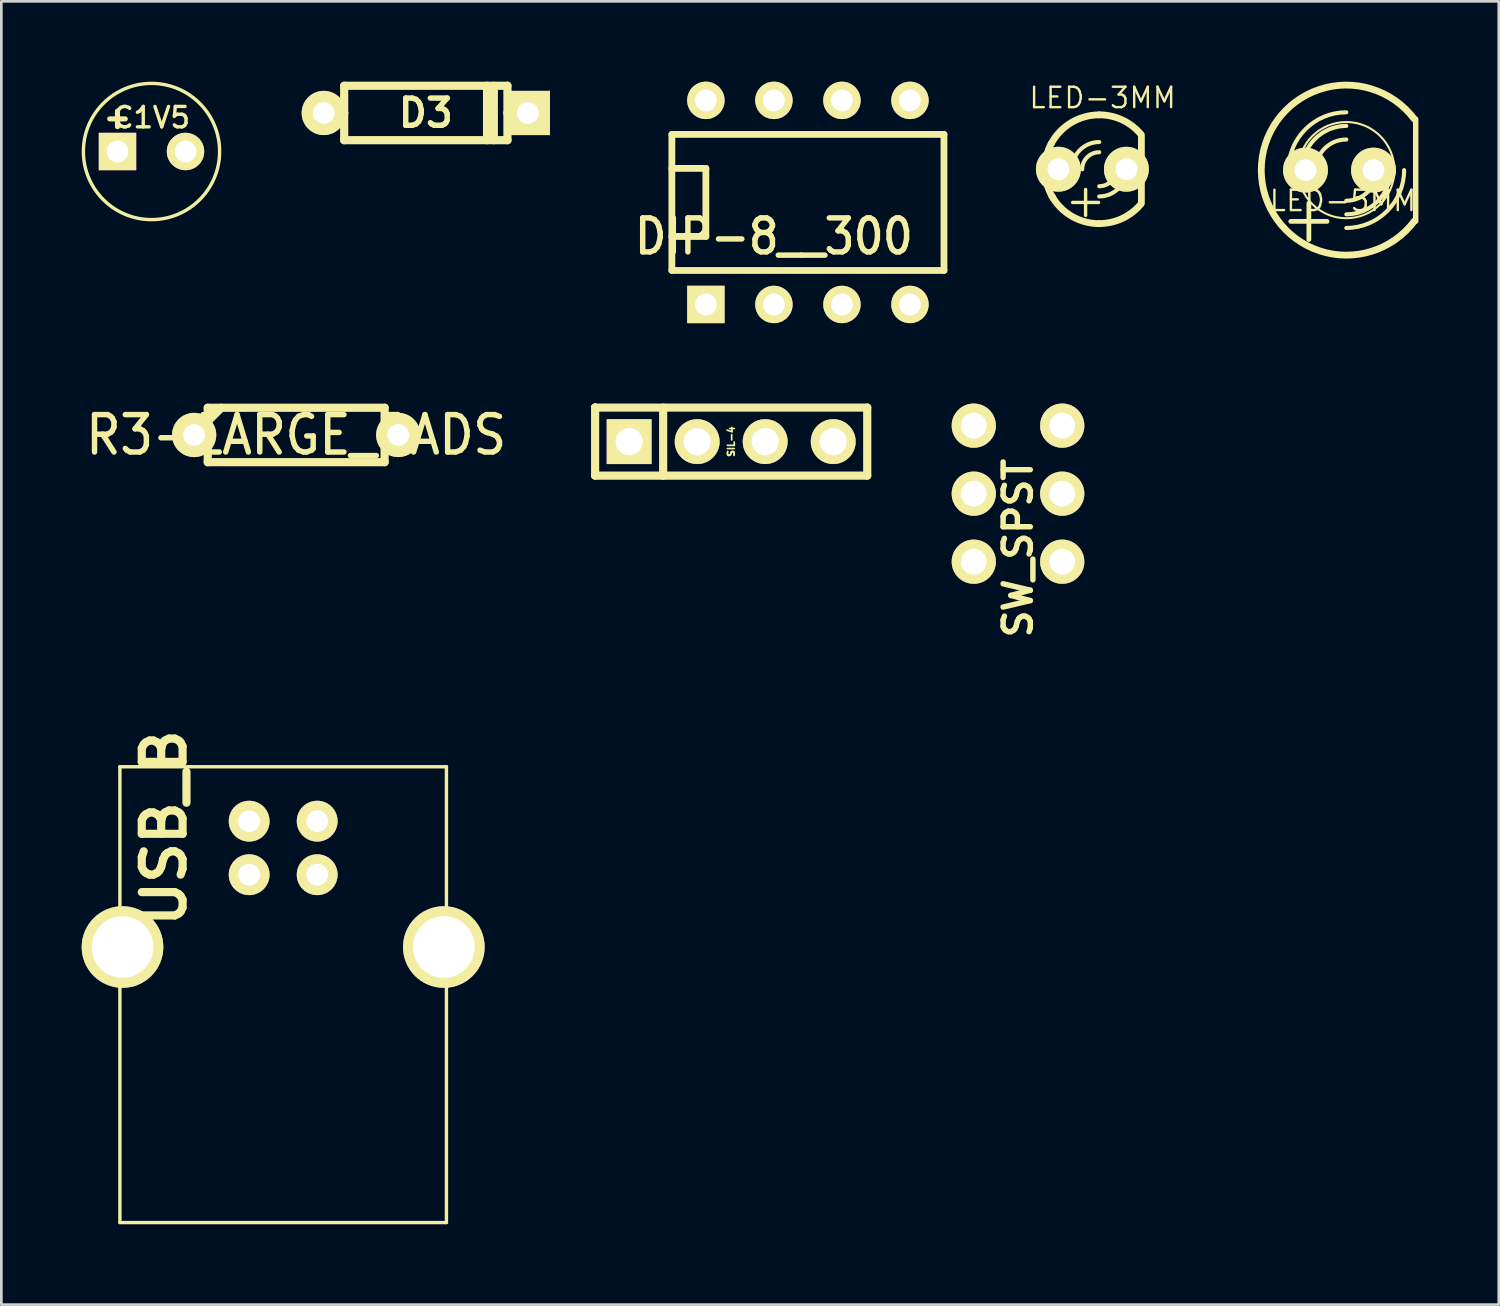
<source format=kicad_pcb>
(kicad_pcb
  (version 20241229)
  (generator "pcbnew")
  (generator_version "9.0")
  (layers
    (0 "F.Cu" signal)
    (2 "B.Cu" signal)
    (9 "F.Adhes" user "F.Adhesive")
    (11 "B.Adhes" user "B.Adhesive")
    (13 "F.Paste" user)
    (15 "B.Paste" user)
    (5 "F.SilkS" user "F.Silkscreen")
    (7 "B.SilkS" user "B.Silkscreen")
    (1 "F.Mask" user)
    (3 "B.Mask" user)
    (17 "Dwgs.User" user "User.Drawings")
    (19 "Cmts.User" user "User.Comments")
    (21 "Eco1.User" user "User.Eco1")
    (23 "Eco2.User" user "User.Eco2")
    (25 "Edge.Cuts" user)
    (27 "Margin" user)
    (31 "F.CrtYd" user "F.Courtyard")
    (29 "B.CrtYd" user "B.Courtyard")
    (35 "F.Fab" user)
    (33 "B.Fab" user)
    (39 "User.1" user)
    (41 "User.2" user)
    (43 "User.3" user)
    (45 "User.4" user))
  (footprint "LED-5MM"
    (layer "F.Cu")
    (at 46.964 3.302)
    (property "Reference" "LED-5MM" (at 0.127 1.143 0) (layer "F.SilkS") (effects (font (size 0.762 0.762) (thickness 0.089))))
    (attr through_hole)
    (fp_line (start 2.845 1.905) (end 2.845 -1.905) (stroke (width 0.203) (type solid)) (layer "F.SilkS"))
    (fp_arc (start -1.905 0) (mid -1.272644 -1.526644) (end 0.254 -2.159) (stroke (width 0.1524) (type solid)) (layer "F.SilkS"))
    (fp_arc (start -1.397 0) (mid -0.913433 -1.167433) (end 0.254 -1.651) (stroke (width 0.1524) (type solid)) (layer "F.SilkS"))
    (fp_arc (start -0.889 0) (mid -0.554223 -0.808223) (end 0.254 -1.143) (stroke (width 0.1524) (type solid)) (layer "F.SilkS"))
    (fp_arc (start 1.397 0) (mid 1.062223 0.808223) (end 0.254 1.143) (stroke (width 0.1524) (type solid)) (layer "F.SilkS"))
    (fp_arc (start 1.905 0) (mid 1.421433 1.167433) (end 0.254 1.651) (stroke (width 0.1524) (type solid)) (layer "F.SilkS"))
    (fp_arc (start 2.413 0) (mid 1.780644 1.526644) (end 0.254 2.159) (stroke (width 0.1524) (type solid)) (layer "F.SilkS"))
    (fp_arc (start 2.794 1.905) (mid -2.921 0.001668) (end 2.791997 -1.907668) (stroke (width 0.254) (type solid)) (layer "F.SilkS"))
    (fp_circle (center 0.254 0) (end -1.016 1.27) (stroke (width 0.076) (type solid)) (fill no) (layer "F.SilkS"))
    (fp_text user "+" (at -1.143 1.778 0) (layer "F.SilkS") (effects (font (size 1.778 1.778) (thickness 0.178))))
    (pad "1" thru_hole circle (at -1.27 0) (size 1.676 1.676) (drill 0.813) (layers "*.Cu" "*.Mask" "F.SilkS"))
    (pad "2" thru_hole circle (at 1.27 0) (size 1.676 1.676) (drill 0.813) (layers "*.Cu" "*.Mask" "F.SilkS")))
  (footprint "R3-LARGE_PADS"
    (layer "F.Cu")
    (at 8.009 13.191)
    (property "Reference" "R3-LARGE_PADS" (at 0 0 0) (layer "F.SilkS") (effects (font (size 1.397 1.27) (thickness 0.203))))
    (attr through_hole)
    (fp_line (start -3.81 0) (end -3.302 0) (stroke (width 0.305) (type solid)) (layer "F.SilkS"))
    (fp_line (start -3.302 -1.016) (end -3.302 1.016) (stroke (width 0.305) (type solid)) (layer "F.SilkS"))
    (fp_line (start -3.302 -0.508) (end -2.794 -1.016) (stroke (width 0.305) (type solid)) (layer "F.SilkS"))
    (fp_line (start -3.302 1.016) (end 3.302 1.016) (stroke (width 0.305) (type solid)) (layer "F.SilkS"))
    (fp_line (start 3.302 -1.016) (end -3.302 -1.016) (stroke (width 0.305) (type solid)) (layer "F.SilkS"))
    (fp_line (start 3.302 0) (end 3.302 -1.016) (stroke (width 0.305) (type solid)) (layer "F.SilkS"))
    (fp_line (start 3.302 1.016) (end 3.302 0) (stroke (width 0.305) (type solid)) (layer "F.SilkS"))
    (fp_line (start 3.81 0) (end 3.302 0) (stroke (width 0.305) (type solid)) (layer "F.SilkS"))
    (pad "1" thru_hole circle (at -3.81 0) (size 1.651 1.651) (drill 0.813) (layers "*.Cu" "*.Mask" "F.SilkS"))
    (pad "2" thru_hole circle (at 3.81 0) (size 1.651 1.651) (drill 0.813) (layers "*.Cu" "*.Mask" "F.SilkS")))
  (footprint "DIP-8__300"
    (layer "F.Cu")
    (at 27.116 4.508)
    (property "Reference" "DIP-8__300" (at -1.27 1.27 0) (layer "F.SilkS") (effects (font (size 1.27 1.143) (thickness 0.203))))
    (attr through_hole)
    (fp_line (start -5.08 -2.54) (end 5.08 -2.54) (stroke (width 0.254) (type solid)) (layer "F.SilkS"))
    (fp_line (start -5.08 -1.27) (end -3.81 -1.27) (stroke (width 0.254) (type solid)) (layer "F.SilkS"))
    (fp_line (start -5.08 2.54) (end -5.08 -2.54) (stroke (width 0.254) (type solid)) (layer "F.SilkS"))
    (fp_line (start -3.81 -1.27) (end -3.81 1.27) (stroke (width 0.254) (type solid)) (layer "F.SilkS"))
    (fp_line (start -3.81 1.27) (end -5.08 1.27) (stroke (width 0.254) (type solid)) (layer "F.SilkS"))
    (fp_line (start 5.08 -2.54) (end 5.08 2.54) (stroke (width 0.254) (type solid)) (layer "F.SilkS"))
    (fp_line (start 5.08 2.54) (end -5.08 2.54) (stroke (width 0.254) (type solid)) (layer "F.SilkS"))
    (pad "1" thru_hole rect (at -3.81 3.81) (size 1.397 1.397) (drill 0.813) (layers "*.Cu" "*.Mask" "F.SilkS"))
    (pad "2" thru_hole circle (at -1.27 3.81) (size 1.397 1.397) (drill 0.813) (layers "*.Cu" "*.Mask" "F.SilkS"))
    (pad "3" thru_hole circle (at 1.27 3.81) (size 1.397 1.397) (drill 0.813) (layers "*.Cu" "*.Mask" "F.SilkS"))
    (pad "4" thru_hole circle (at 3.81 3.81) (size 1.397 1.397) (drill 0.813) (layers "*.Cu" "*.Mask" "F.SilkS"))
    (pad "5" thru_hole circle (at 3.81 -3.81) (size 1.397 1.397) (drill 0.813) (layers "*.Cu" "*.Mask" "F.SilkS"))
    (pad "6" thru_hole circle (at 1.27 -3.81) (size 1.397 1.397) (drill 0.813) (layers "*.Cu" "*.Mask" "F.SilkS"))
    (pad "7" thru_hole circle (at -1.27 -3.81) (size 1.397 1.397) (drill 0.813) (layers "*.Cu" "*.Mask" "F.SilkS"))
    (pad "8" thru_hole circle (at -3.81 -3.81) (size 1.397 1.397) (drill 0.813) (layers "*.Cu" "*.Mask" "F.SilkS")))
  (footprint "LED-3MM"
    (layer "F.Cu")
    (at 37.738 3.269)
    (property "Reference" "LED-3MM" (at 0.381 -2.667 0) (layer "F.SilkS") (effects (font (size 0.762 0.762) (thickness 0.089))))
    (attr through_hole)
    (fp_line (start 1.829 1.27) (end 1.829 -1.27) (stroke (width 0.254) (type solid)) (layer "F.SilkS"))
    (fp_arc (start -1.778 0) (mid -1.716347 -0.496745) (end -1.53513 -0.963347) (stroke (width 0.254) (type solid)) (layer "F.SilkS"))
    (fp_arc (start -1.5367 -0.95504) (mid -0.790567 -1.739997) (end 0.253025 -2.02946) (stroke (width 0.254) (type solid)) (layer "F.SilkS"))
    (fp_arc (start -1.47574 1.06426) (mid -1.700164 0.553076) (end -1.776923 0.0001) (stroke (width 0.254) (type solid)) (layer "F.SilkS"))
    (fp_arc (start -0.762 0) (mid -0.46442 -0.71842) (end 0.254 -1.016) (stroke (width 0.1524) (type solid)) (layer "F.SilkS"))
    (fp_arc (start -0.381 0) (mid -0.195013 -0.449013) (end 0.254 -0.635) (stroke (width 0.1524) (type solid)) (layer "F.SilkS"))
    (fp_arc (start 0.254 -2.032) (mid 1.114367 -1.840867) (end 1.81288 -1.303426) (stroke (width 0.254) (type solid)) (layer "F.SilkS"))
    (fp_arc (start 0.254 2.032) (mid -0.76507 1.757988) (end -1.509299 1.009851) (stroke (width 0.254) (type solid)) (layer "F.SilkS"))
    (fp_arc (start 0.889 0) (mid 0.703013 0.449013) (end 0.254 0.635) (stroke (width 0.1524) (type solid)) (layer "F.SilkS"))
    (fp_arc (start 1.27 0) (mid 0.97242 0.71842) (end 0.254 1.016) (stroke (width 0.1524) (type solid)) (layer "F.SilkS"))
    (fp_arc (start 1.8034 1.31064) (mid 1.109154 1.840416) (end 0.256552 2.029387) (stroke (width 0.254) (type solid)) (layer "F.SilkS"))
    (fp_text user "+" (at -0.254 1.143 0) (layer "F.SilkS") (effects (font (size 1.27 1.27) (thickness 0.127))))
    (pad "1" thru_hole circle (at -1.27 0) (size 1.676 1.676) (drill 0.813) (layers "*.Cu" "*.Mask" "F.SilkS"))
    (pad "2" thru_hole circle (at 1.27 0) (size 1.676 1.676) (drill 0.813) (layers "*.Cu" "*.Mask" "F.SilkS")))
  (footprint "C1V5"
    (layer "F.Cu")
    (at 2.607 2.607)
    (property "Reference" "C1V5" (at 0 -1.267 0) (layer "F.SilkS") (effects (font (size 0.762 0.762) (thickness 0.127))))
    (attr through_hole)
    (fp_circle (center 0 0) (end 0.127 -2.54) (stroke (width 0.127) (type solid)) (fill no) (layer "F.SilkS"))
    (fp_text user "+" (at -1.27 -1.27 0) (layer "F.SilkS") (effects (font (size 0.762 0.762) (thickness 0.203))))
    (pad "1" thru_hole rect (at -1.27 0) (size 1.397 1.397) (drill 0.813) (layers "*.Cu" "*.Mask" "F.SilkS"))
    (pad "2" thru_hole circle (at 1.27 0) (size 1.397 1.397) (drill 0.813) (layers "*.Cu" "*.Mask" "F.SilkS")))
  (footprint "SIL-4"
    (layer "F.Cu")
    (at 24.251 13.439)
    (property "Reference" "SIL-4" (at 0 0 90) (layer "F.SilkS") (effects (font (size 0.254 0.254) (thickness 0.064))))
    (attr through_hole)
    (fp_line (start -5.08 -1.27) (end -5.08 -1.27) (stroke (width 0.305) (type solid)) (layer "F.SilkS"))
    (fp_line (start -5.08 -1.27) (end -5.08 -1.27) (stroke (width 0.305) (type solid)) (layer "F.SilkS"))
    (fp_line (start -5.08 -1.27) (end 5.08 -1.27) (stroke (width 0.305) (type solid)) (layer "F.SilkS"))
    (fp_line (start -5.08 1.27) (end -5.08 -1.27) (stroke (width 0.305) (type solid)) (layer "F.SilkS"))
    (fp_line (start -2.54 1.27) (end -2.54 -1.27) (stroke (width 0.305) (type solid)) (layer "F.SilkS"))
    (fp_line (start 5.08 -1.27) (end 5.08 1.27) (stroke (width 0.305) (type solid)) (layer "F.SilkS"))
    (fp_line (start 5.08 1.27) (end -5.08 1.27) (stroke (width 0.305) (type solid)) (layer "F.SilkS"))
    (pad "1" thru_hole rect (at -3.81 0) (size 1.676 1.676) (drill 1.016) (layers "*.Cu" "*.Mask" "F.SilkS"))
    (pad "2" thru_hole circle (at -1.27 0) (size 1.676 1.676) (drill 1.016) (layers "*.Cu" "*.Mask" "F.SilkS"))
    (pad "3" thru_hole circle (at 1.27 0) (size 1.676 1.676) (drill 1.016) (layers "*.Cu" "*.Mask" "F.SilkS"))
    (pad "4" thru_hole circle (at 3.81 0) (size 1.676 1.676) (drill 1.016) (layers "*.Cu" "*.Mask" "F.SilkS")))
  (footprint "USB_B"
    (layer "F.Cu")
    (at 7.523 32.31)
    (property "Reference" "USB_B" (at -4.445 -4.445 90) (layer "F.SilkS") (effects (font (size 1.524 1.524) (thickness 0.305))))
    (attr through_hole)
    (fp_line (start -6.096 -6.731) (end -6.096 10.287) (stroke (width 0.127) (type solid)) (layer "F.SilkS"))
    (fp_line (start -6.096 10.287) (end 6.096 10.287) (stroke (width 0.127) (type solid)) (layer "F.SilkS"))
    (fp_line (start 6.096 -6.731) (end -6.096 -6.731) (stroke (width 0.127) (type solid)) (layer "F.SilkS"))
    (fp_line (start 6.096 10.287) (end 6.096 -6.731) (stroke (width 0.127) (type solid)) (layer "F.SilkS"))
    (pad "1" thru_hole circle (at 1.27 -4.699) (size 1.524 1.524) (drill 0.813) (layers "*.Cu" "*.Mask" "F.SilkS"))
    (pad "2" thru_hole circle (at -1.27 -4.699) (size 1.524 1.524) (drill 0.813) (layers "*.Cu" "*.Mask" "F.SilkS"))
    (pad "3" thru_hole circle (at -1.27 -2.7) (size 1.524 1.524) (drill 0.813) (layers "*.Cu" "*.Mask" "F.SilkS"))
    (pad "4" thru_hole circle (at 1.27 -2.7) (size 1.524 1.524) (drill 0.813) (layers "*.Cu" "*.Mask" "F.SilkS"))
    (pad "5" thru_hole circle (at 5.999 0) (size 3.048 3.048) (drill 2.301) (layers "*.Cu" "*.Mask" "F.SilkS"))
    (pad "6" thru_hole circle (at -5.999 0) (size 3.048 3.048) (drill 2.301) (layers "*.Cu" "*.Mask" "F.SilkS")))
  (footprint "D3"
    (layer "F.Cu")
    (at 12.849 1.168)
    (property "Reference" "D3" (at 0 0 0) (layer "F.SilkS") (effects (font (size 1.016 1.016) (thickness 0.203))))
    (attr through_hole)
    (fp_line (start -3.048 -1.016) (end -3.048 0) (stroke (width 0.305) (type solid)) (layer "F.SilkS"))
    (fp_line (start -3.048 0) (end -3.81 0) (stroke (width 0.305) (type solid)) (layer "F.SilkS"))
    (fp_line (start -3.048 0) (end -3.048 1.016) (stroke (width 0.305) (type solid)) (layer "F.SilkS"))
    (fp_line (start -3.048 1.016) (end 3.048 1.016) (stroke (width 0.305) (type solid)) (layer "F.SilkS"))
    (fp_line (start 2.286 1.016) (end 2.286 -1.016) (stroke (width 0.305) (type solid)) (layer "F.SilkS"))
    (fp_line (start 2.54 -1.016) (end 2.54 1.016) (stroke (width 0.305) (type solid)) (layer "F.SilkS"))
    (fp_line (start 3.048 -1.016) (end -3.048 -1.016) (stroke (width 0.305) (type solid)) (layer "F.SilkS"))
    (fp_line (start 3.048 0) (end 3.048 -1.016) (stroke (width 0.305) (type solid)) (layer "F.SilkS"))
    (fp_line (start 3.048 1.016) (end 3.048 0) (stroke (width 0.305) (type solid)) (layer "F.SilkS"))
    (fp_line (start 3.81 0) (end 3.048 0) (stroke (width 0.305) (type solid)) (layer "F.SilkS"))
    (pad "1" thru_hole circle (at -3.81 0) (size 1.651 1.651) (drill 0.813) (layers "*.Cu" "*.Mask" "F.SilkS"))
    (pad "2" thru_hole rect (at 3.81 0) (size 1.651 1.651) (drill 0.813) (layers "*.Cu" "*.Mask" "F.SilkS")))
  (footprint "SW_SPST"
    (layer "F.Cu")
    (at 36.611 15.383)
    (property "Reference" "SW_SPST" (at -1.651 2.032 90) (layer "F.SilkS") (effects (font (size 1.016 1.016) (thickness 0.203))))
    (attr through_hole)
    (pad "1" thru_hole circle (at 0 -2.54) (size 1.651 1.651) (drill 0.965) (layers "*.Cu" "*.Mask" "F.SilkS"))
    (pad "2" thru_hole circle (at 0 0) (size 1.651 1.651) (drill 0.965) (layers "*.Cu" "*.Mask" "F.SilkS"))
    (pad "3" thru_hole circle (at -3.302 -2.54) (size 1.651 1.651) (drill 0.965) (layers "*.Cu" "*.Mask" "F.SilkS"))
    (pad "3" thru_hole circle (at -3.302 0) (size 1.651 1.651) (drill 0.965) (layers "*.Cu" "*.Mask" "F.SilkS"))
    (pad "3" thru_hole circle (at -3.302 2.54) (size 1.651 1.651) (drill 0.965) (layers "*.Cu" "*.Mask" "F.SilkS"))
    (pad "3" thru_hole circle (at 0 2.54) (size 1.651 1.651) (drill 0.965) (layers "*.Cu" "*.Mask" "F.SilkS")))
  (gr_rect
    (start -3 -3)
    (end 52.91 45.661)
    (stroke (width 0.1) (type default))
    (fill no)
    (layer "Edge.Cuts")))
</source>
